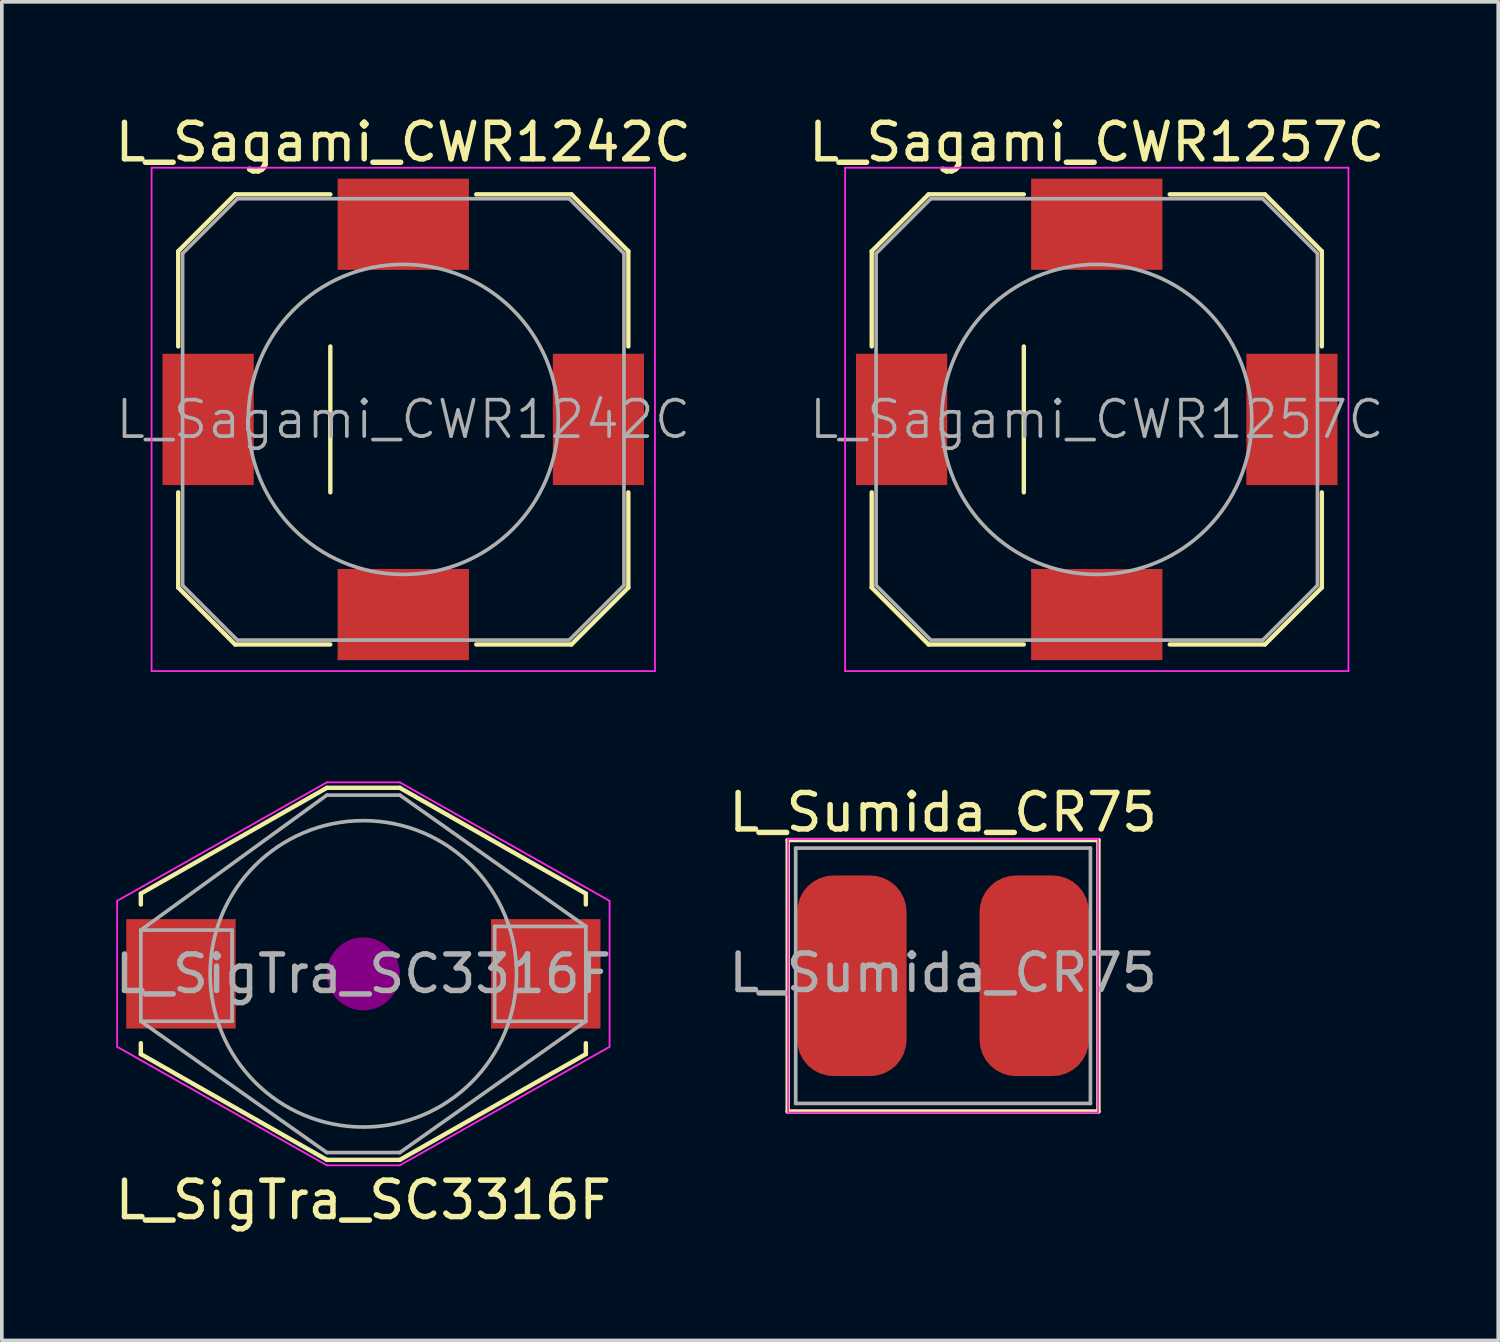
<source format=kicad_pcb>
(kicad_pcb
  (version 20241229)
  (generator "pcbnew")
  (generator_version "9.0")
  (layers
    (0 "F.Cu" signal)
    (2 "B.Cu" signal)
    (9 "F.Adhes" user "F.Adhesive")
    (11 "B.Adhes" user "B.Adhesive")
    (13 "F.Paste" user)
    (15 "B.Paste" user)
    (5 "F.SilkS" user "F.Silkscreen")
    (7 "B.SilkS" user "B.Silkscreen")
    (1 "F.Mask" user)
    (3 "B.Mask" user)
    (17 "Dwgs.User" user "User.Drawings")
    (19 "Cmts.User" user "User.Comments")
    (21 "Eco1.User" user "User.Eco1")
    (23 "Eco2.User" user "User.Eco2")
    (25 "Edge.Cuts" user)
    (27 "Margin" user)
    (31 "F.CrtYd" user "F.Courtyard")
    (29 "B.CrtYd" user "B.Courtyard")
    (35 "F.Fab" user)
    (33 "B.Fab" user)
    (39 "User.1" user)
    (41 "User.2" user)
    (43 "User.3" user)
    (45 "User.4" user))
  (footprint "L_Sumida_CR75"
    (layer "F.Cu")
    (at 22.804 23.701)
    (property "Reference" "L_Sumida_CR75" (at 0 -4.48 180) (layer "F.SilkS") (effects (font (size 1 1) (thickness 0.15))))
    (attr smd)
    (fp_line (start -4.26 -3.72) (end 4.26 -3.72) (stroke (width 0.12) (type solid)) (layer "F.SilkS"))
    (fp_line (start -4.26 3.72) (end -4.26 -3.72) (stroke (width 0.12) (type solid)) (layer "F.SilkS"))
    (fp_line (start 4.26 -3.72) (end 4.26 3.72) (stroke (width 0.12) (type solid)) (layer "F.SilkS"))
    (fp_line (start 4.26 3.72) (end -4.26 3.72) (stroke (width 0.12) (type solid)) (layer "F.SilkS"))
    (fp_line (start -4.25 -3.75) (end -4.25 3.75) (stroke (width 0.05) (type solid)) (layer "F.CrtYd"))
    (fp_line (start -4.25 3.75) (end 4.25 3.75) (stroke (width 0.05) (type solid)) (layer "F.CrtYd"))
    (fp_line (start 4.25 -3.75) (end -4.25 -3.75) (stroke (width 0.05) (type solid)) (layer "F.CrtYd"))
    (fp_line (start 4.25 3.75) (end 4.25 -3.75) (stroke (width 0.05) (type solid)) (layer "F.CrtYd"))
    (fp_line (start -4.04 -3.5) (end -4.04 3.5) (stroke (width 0.1) (type solid)) (layer "F.Fab"))
    (fp_line (start -4.04 3.5) (end 4.04 3.5) (stroke (width 0.1) (type solid)) (layer "F.Fab"))
    (fp_line (start 4.04 -3.5) (end -4.04 -3.5) (stroke (width 0.1) (type solid)) (layer "F.Fab"))
    (fp_line (start 4.04 3.5) (end 4.04 -3.5) (stroke (width 0.1) (type solid)) (layer "F.Fab"))
    (fp_text user "${REFERENCE}" (at 0 -0.08 0) (layer "F.Fab") (effects (font (size 1 1) (thickness 0.15))))
    (pad "1" smd roundrect (at -2.5 0) (size 3 5.5) (layers "F.Cu" "F.Mask" "F.Paste") (roundrect_rratio 0.333))
    (pad "2" smd roundrect (at 2.5 0) (size 3 5.5) (layers "F.Cu" "F.Mask" "F.Paste") (roundrect_rratio 0.333)))
  (footprint "L_Sagami_CWR1257C"
    (layer "F.Cu")
    (at 27.018 8.448)
    (property "Reference" "L_Sagami_CWR1257C" (at 0 -7.6 0) (layer "F.SilkS") (effects (font (size 1 1) (thickness 0.15))))
    (attr smd)
    (fp_line (start -6.17 -4.61) (end -6.17 -2) (stroke (width 0.12) (type solid)) (layer "F.SilkS"))
    (fp_line (start -6.17 2) (end -6.17 4.61) (stroke (width 0.12) (type solid)) (layer "F.SilkS"))
    (fp_line (start -4.61 -6.17) (end -6.17 -4.61) (stroke (width 0.12) (type solid)) (layer "F.SilkS"))
    (fp_line (start -4.61 -6.17) (end -2 -6.17) (stroke (width 0.12) (type solid)) (layer "F.SilkS"))
    (fp_line (start -4.61 6.17) (end -6.17 4.61) (stroke (width 0.12) (type solid)) (layer "F.SilkS"))
    (fp_line (start -4.61 6.17) (end -2 6.17) (stroke (width 0.12) (type solid)) (layer "F.SilkS"))
    (fp_line (start -2 -2) (end -2 2) (stroke (width 0.12) (type solid)) (layer "F.SilkS"))
    (fp_line (start 2 6.17) (end 4.61 6.17) (stroke (width 0.12) (type solid)) (layer "F.SilkS"))
    (fp_line (start 4.61 -6.17) (end 2 -6.17) (stroke (width 0.12) (type solid)) (layer "F.SilkS"))
    (fp_line (start 4.61 -6.17) (end 6.17 -4.61) (stroke (width 0.12) (type solid)) (layer "F.SilkS"))
    (fp_line (start 4.61 6.17) (end 6.17 4.61) (stroke (width 0.12) (type solid)) (layer "F.SilkS"))
    (fp_line (start 6.17 -2) (end 6.17 -4.61) (stroke (width 0.12) (type solid)) (layer "F.SilkS"))
    (fp_line (start 6.17 4.61) (end 6.17 2) (stroke (width 0.12) (type solid)) (layer "F.SilkS"))
    (fp_line (start -6.9 -6.9) (end -6.9 6.9) (stroke (width 0.05) (type solid)) (layer "F.CrtYd"))
    (fp_line (start -6.9 -6.9) (end 6.9 -6.9) (stroke (width 0.05) (type solid)) (layer "F.CrtYd"))
    (fp_line (start -6.9 6.9) (end 6.9 6.9) (stroke (width 0.05) (type solid)) (layer "F.CrtYd"))
    (fp_line (start 6.9 -6.9) (end 6.9 6.9) (stroke (width 0.05) (type solid)) (layer "F.CrtYd"))
    (fp_line (start -6.05 -4.55) (end -4.55 -6.05) (stroke (width 0.1) (type solid)) (layer "F.Fab"))
    (fp_line (start -6.05 4.55) (end -6.05 -4.55) (stroke (width 0.1) (type solid)) (layer "F.Fab"))
    (fp_line (start -6.05 4.55) (end -4.55 6.05) (stroke (width 0.1) (type solid)) (layer "F.Fab"))
    (fp_line (start -4.55 -6.05) (end 4.55 -6.05) (stroke (width 0.1) (type solid)) (layer "F.Fab"))
    (fp_line (start 4.55 -6.05) (end 6.05 -4.55) (stroke (width 0.1) (type solid)) (layer "F.Fab"))
    (fp_line (start 4.55 6.05) (end -4.55 6.05) (stroke (width 0.1) (type solid)) (layer "F.Fab"))
    (fp_line (start 4.55 6.05) (end 6.05 4.55) (stroke (width 0.1) (type solid)) (layer "F.Fab"))
    (fp_line (start 6.05 -4.55) (end 6.05 4.55) (stroke (width 0.1) (type solid)) (layer "F.Fab"))
    (fp_circle (center 0 0) (end 4.25 0) (stroke (width 0.1) (type solid)) (fill no) (layer "F.Fab"))
    (fp_text user "${REFERENCE}" (at 0 0 0) (layer "F.Fab") (effects (font (size 1 1) (thickness 0.1))))
    (pad "1" smd rect (at -5.35 0) (size 2.5 3.6) (layers "F.Cu" "F.Mask" "F.Paste"))
    (pad "1" smd rect (at 0 5.35) (size 3.6 2.5) (layers "F.Cu" "F.Mask" "F.Paste"))
    (pad "2" smd rect (at 0 -5.35) (size 3.6 2.5) (layers "F.Cu" "F.Mask" "F.Paste"))
    (pad "2" smd rect (at 5.35 0) (size 2.5 3.6) (layers "F.Cu" "F.Mask" "F.Paste")))
  (footprint "L_Sagami_CWR1242C"
    (layer "F.Cu")
    (at 8.006 8.448)
    (property "Reference" "L_Sagami_CWR1242C" (at 0 -7.6 0) (layer "F.SilkS") (effects (font (size 1 1) (thickness 0.15))))
    (attr smd)
    (fp_line (start -6.17 -4.61) (end -6.17 -2) (stroke (width 0.12) (type solid)) (layer "F.SilkS"))
    (fp_line (start -6.17 2) (end -6.17 4.61) (stroke (width 0.12) (type solid)) (layer "F.SilkS"))
    (fp_line (start -4.61 -6.17) (end -6.17 -4.61) (stroke (width 0.12) (type solid)) (layer "F.SilkS"))
    (fp_line (start -4.61 -6.17) (end -2 -6.17) (stroke (width 0.12) (type solid)) (layer "F.SilkS"))
    (fp_line (start -4.61 6.17) (end -6.17 4.61) (stroke (width 0.12) (type solid)) (layer "F.SilkS"))
    (fp_line (start -4.61 6.17) (end -2 6.17) (stroke (width 0.12) (type solid)) (layer "F.SilkS"))
    (fp_line (start -2 -2) (end -2 2) (stroke (width 0.12) (type solid)) (layer "F.SilkS"))
    (fp_line (start 2 6.17) (end 4.61 6.17) (stroke (width 0.12) (type solid)) (layer "F.SilkS"))
    (fp_line (start 4.61 -6.17) (end 2 -6.17) (stroke (width 0.12) (type solid)) (layer "F.SilkS"))
    (fp_line (start 4.61 -6.17) (end 6.17 -4.61) (stroke (width 0.12) (type solid)) (layer "F.SilkS"))
    (fp_line (start 4.61 6.17) (end 6.17 4.61) (stroke (width 0.12) (type solid)) (layer "F.SilkS"))
    (fp_line (start 6.17 -2) (end 6.17 -4.61) (stroke (width 0.12) (type solid)) (layer "F.SilkS"))
    (fp_line (start 6.17 4.61) (end 6.17 2) (stroke (width 0.12) (type solid)) (layer "F.SilkS"))
    (fp_line (start -6.9 -6.9) (end -6.9 6.9) (stroke (width 0.05) (type solid)) (layer "F.CrtYd"))
    (fp_line (start -6.9 -6.9) (end 6.9 -6.9) (stroke (width 0.05) (type solid)) (layer "F.CrtYd"))
    (fp_line (start -6.9 6.9) (end 6.9 6.9) (stroke (width 0.05) (type solid)) (layer "F.CrtYd"))
    (fp_line (start 6.9 -6.9) (end 6.9 6.9) (stroke (width 0.05) (type solid)) (layer "F.CrtYd"))
    (fp_line (start -6.05 -4.55) (end -4.55 -6.05) (stroke (width 0.1) (type solid)) (layer "F.Fab"))
    (fp_line (start -6.05 4.55) (end -6.05 -4.55) (stroke (width 0.1) (type solid)) (layer "F.Fab"))
    (fp_line (start -6.05 4.55) (end -4.55 6.05) (stroke (width 0.1) (type solid)) (layer "F.Fab"))
    (fp_line (start -4.55 -6.05) (end 4.55 -6.05) (stroke (width 0.1) (type solid)) (layer "F.Fab"))
    (fp_line (start 4.55 -6.05) (end 6.05 -4.55) (stroke (width 0.1) (type solid)) (layer "F.Fab"))
    (fp_line (start 4.55 6.05) (end -4.55 6.05) (stroke (width 0.1) (type solid)) (layer "F.Fab"))
    (fp_line (start 4.55 6.05) (end 6.05 4.55) (stroke (width 0.1) (type solid)) (layer "F.Fab"))
    (fp_line (start 6.05 -4.55) (end 6.05 4.55) (stroke (width 0.1) (type solid)) (layer "F.Fab"))
    (fp_circle (center 0 0) (end 4.25 0) (stroke (width 0.1) (type solid)) (fill no) (layer "F.Fab"))
    (fp_text user "${REFERENCE}" (at 0 0 0) (layer "F.Fab") (effects (font (size 1 1) (thickness 0.1))))
    (pad "1" smd rect (at -5.35 0) (size 2.5 3.6) (layers "F.Cu" "F.Mask" "F.Paste"))
    (pad "1" smd rect (at 0 5.35) (size 3.6 2.5) (layers "F.Cu" "F.Mask" "F.Paste"))
    (pad "2" smd rect (at 0 -5.35) (size 3.6 2.5) (layers "F.Cu" "F.Mask" "F.Paste"))
    (pad "2" smd rect (at 5.35 0) (size 2.5 3.6) (layers "F.Cu" "F.Mask" "F.Paste")))
  (footprint "L_SigTra_SC3316F"
    (layer "F.Cu")
    (at 6.911 23.648)
    (property "Reference" "L_SigTra_SC3316F" (at 0 6.2 0) (layer "F.SilkS") (effects (font (size 1 1) (thickness 0.15))))
    (attr smd)
    (fp_line (start -6.1 -2.2) (end -1 -5.1) (stroke (width 0.12) (type solid)) (layer "F.SilkS"))
    (fp_line (start -6.1 -1.9) (end -6.1 -2.2) (stroke (width 0.12) (type solid)) (layer "F.SilkS"))
    (fp_line (start -6.1 1.9) (end -6.1 2.2) (stroke (width 0.12) (type solid)) (layer "F.SilkS"))
    (fp_line (start -6.1 2.2) (end -1 5.1) (stroke (width 0.12) (type solid)) (layer "F.SilkS"))
    (fp_line (start 1 -5.1) (end -1 -5.1) (stroke (width 0.12) (type solid)) (layer "F.SilkS"))
    (fp_line (start 1 5.1) (end -1 5.1) (stroke (width 0.12) (type solid)) (layer "F.SilkS"))
    (fp_line (start 6.1 -2.2) (end 1 -5.1) (stroke (width 0.12) (type solid)) (layer "F.SilkS"))
    (fp_line (start 6.1 -1.9) (end 6.1 -2.2) (stroke (width 0.12) (type solid)) (layer "F.SilkS"))
    (fp_line (start 6.1 1.9) (end 6.1 2.2) (stroke (width 0.12) (type solid)) (layer "F.SilkS"))
    (fp_line (start 6.1 2.2) (end 1 5.1) (stroke (width 0.12) (type solid)) (layer "F.SilkS"))
    (fp_circle (center 0 0) (end 0.5 0) (stroke (width 1) (type solid)) (fill no) (layer "F.Adhes"))
    (fp_line (start -6.75 -2) (end -6.75 2) (stroke (width 0.05) (type solid)) (layer "F.CrtYd"))
    (fp_line (start -6.75 2) (end -1 5.25) (stroke (width 0.05) (type solid)) (layer "F.CrtYd"))
    (fp_line (start -1 -5.25) (end -6.75 -2) (stroke (width 0.05) (type solid)) (layer "F.CrtYd"))
    (fp_line (start -1 -5.25) (end 1 -5.25) (stroke (width 0.05) (type solid)) (layer "F.CrtYd"))
    (fp_line (start -1 5.25) (end 1 5.25) (stroke (width 0.05) (type solid)) (layer "F.CrtYd"))
    (fp_line (start 1 -5.25) (end 6.75 -2) (stroke (width 0.05) (type solid)) (layer "F.CrtYd"))
    (fp_line (start 1 5.25) (end 6.75 2) (stroke (width 0.05) (type solid)) (layer "F.CrtYd"))
    (fp_line (start 6.75 2) (end 6.75 -2) (stroke (width 0.05) (type solid)) (layer "F.CrtYd"))
    (fp_line (start -6.1 -1.2) (end -3.6 -1.2) (stroke (width 0.1) (type solid)) (layer "F.Fab"))
    (fp_line (start -6.1 1.3) (end -6.1 -1.2) (stroke (width 0.1) (type solid)) (layer "F.Fab"))
    (fp_line (start -3.6 -1.2) (end -3.6 0) (stroke (width 0.1) (type solid)) (layer "F.Fab"))
    (fp_line (start -3.6 0) (end -3.6 1.3) (stroke (width 0.1) (type solid)) (layer "F.Fab"))
    (fp_line (start -3.6 1.3) (end -6.1 1.3) (stroke (width 0.1) (type solid)) (layer "F.Fab"))
    (fp_line (start -1 -4.9) (end -6.1 -1.2) (stroke (width 0.1) (type solid)) (layer "F.Fab"))
    (fp_line (start -1 4.9) (end -6.1 1.3) (stroke (width 0.1) (type solid)) (layer "F.Fab"))
    (fp_line (start 1 -4.9) (end -1 -4.9) (stroke (width 0.1) (type solid)) (layer "F.Fab"))
    (fp_line (start 1 -4.9) (end 6.1 -1.3) (stroke (width 0.1) (type solid)) (layer "F.Fab"))
    (fp_line (start 1 4.9) (end -1 4.9) (stroke (width 0.1) (type solid)) (layer "F.Fab"))
    (fp_line (start 3.6 -1.3) (end 6.1 -1.3) (stroke (width 0.1) (type solid)) (layer "F.Fab"))
    (fp_line (start 3.6 1.3) (end 3.6 -1.3) (stroke (width 0.1) (type solid)) (layer "F.Fab"))
    (fp_line (start 6.1 -1.3) (end 6.1 1.3) (stroke (width 0.1) (type solid)) (layer "F.Fab"))
    (fp_line (start 6.1 1.3) (end 1 4.9) (stroke (width 0.1) (type solid)) (layer "F.Fab"))
    (fp_line (start 6.1 1.3) (end 3.6 1.3) (stroke (width 0.1) (type solid)) (layer "F.Fab"))
    (fp_circle (center 0 0) (end 4.2 0) (stroke (width 0.1) (type solid)) (fill no) (layer "F.Fab"))
    (fp_text user "${REFERENCE}" (at 0 0 0) (layer "F.Fab") (effects (font (size 1 1) (thickness 0.15))))
    (pad "1" smd rect (at -5 0) (size 3 3) (layers "F.Cu" "F.Mask" "F.Paste"))
    (pad "2" smd rect (at 5 0) (size 3 3) (layers "F.Cu" "F.Mask" "F.Paste")))
  (gr_rect
    (start -3 -3)
    (end 38.024 33.697)
    (stroke (width 0.1) (type default))
    (fill no)
    (layer "Edge.Cuts")))
</source>
